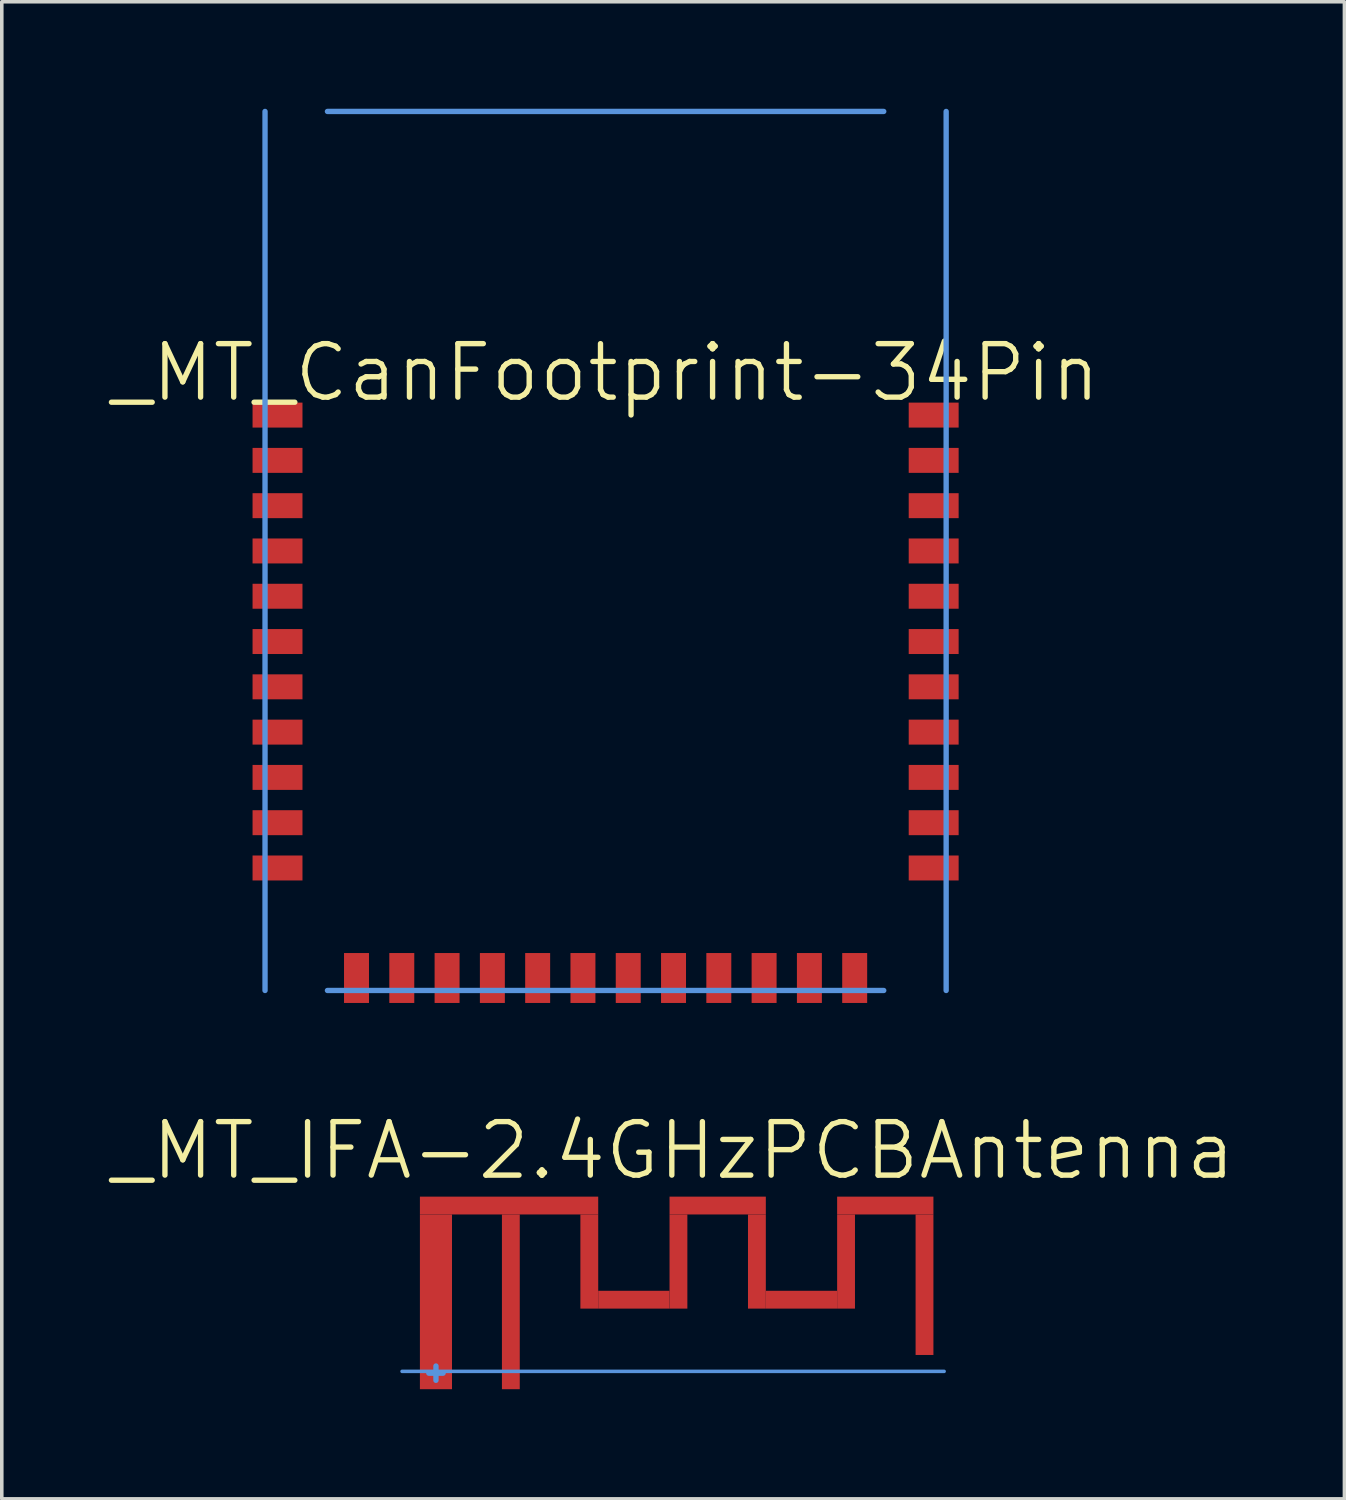
<source format=kicad_pcb>
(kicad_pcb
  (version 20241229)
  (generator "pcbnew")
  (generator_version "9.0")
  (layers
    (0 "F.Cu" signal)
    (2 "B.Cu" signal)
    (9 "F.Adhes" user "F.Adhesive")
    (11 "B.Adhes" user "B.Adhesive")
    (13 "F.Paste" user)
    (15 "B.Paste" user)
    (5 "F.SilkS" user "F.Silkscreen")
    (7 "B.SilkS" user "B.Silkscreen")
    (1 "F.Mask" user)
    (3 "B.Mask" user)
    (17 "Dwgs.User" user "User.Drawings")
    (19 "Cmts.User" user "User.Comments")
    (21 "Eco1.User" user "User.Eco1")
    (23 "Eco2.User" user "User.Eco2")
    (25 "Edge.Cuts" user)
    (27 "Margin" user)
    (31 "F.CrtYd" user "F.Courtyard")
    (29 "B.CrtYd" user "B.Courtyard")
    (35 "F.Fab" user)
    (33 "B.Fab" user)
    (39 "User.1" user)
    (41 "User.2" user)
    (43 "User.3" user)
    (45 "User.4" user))
  (footprint "_MT_CanFootprint-34Pin"
    (layer "F.Cu")
    (at 13.932 12.4)
    (property "Reference" "_MT_CanFootprint-34Pin" (at 0 -5 0) (layer "F.SilkS") (effects (font (size 1.5 1.5) (thickness 0.15))))
    (attr through_hole)
    (fp_line (start -9.55 12.325) (end -9.55 -12.325) (stroke (width 0.15) (type solid)) (layer "Cmts.User"))
    (fp_line (start -7.8 -12.325) (end 7.8 -12.325) (stroke (width 0.15) (type solid)) (layer "Cmts.User"))
    (fp_line (start -7.8 12.325) (end 7.8 12.325) (stroke (width 0.15) (type solid)) (layer "Cmts.User"))
    (fp_line (start 9.55 -12.325) (end 9.55 12.325) (stroke (width 0.15) (type solid)) (layer "Cmts.User"))
    (fp_line (start -9.55 -7.06) (end 9.55 -7.06) (stroke (width 0.15) (type solid)) (layer "Eco1.User"))
    (fp_line (start -9 -7.5) (end -7.5 -12) (stroke (width 0.15) (type solid)) (layer "Eco1.User"))
    (fp_line (start -7.5 -12) (end -6 -7.5) (stroke (width 0.15) (type solid)) (layer "Eco1.User"))
    (fp_line (start -6 -7.5) (end -4.5 -12) (stroke (width 0.15) (type solid)) (layer "Eco1.User"))
    (fp_line (start -4.5 -12) (end -3 -7.5) (stroke (width 0.15) (type solid)) (layer "Eco1.User"))
    (fp_line (start -3 -7.5) (end -1.5 -12) (stroke (width 0.15) (type solid)) (layer "Eco1.User"))
    (fp_line (start -1.5 -12) (end 0 -7.5) (stroke (width 0.15) (type solid)) (layer "Eco1.User"))
    (fp_line (start 0 -7.5) (end 1.5 -12) (stroke (width 0.15) (type solid)) (layer "Eco1.User"))
    (fp_line (start 1.5 -12) (end 3 -7.5) (stroke (width 0.15) (type solid)) (layer "Eco1.User"))
    (fp_line (start 3 -7.5) (end 4.5 -12) (stroke (width 0.15) (type solid)) (layer "Eco1.User"))
    (fp_line (start 4.5 -12) (end 6 -7.5) (stroke (width 0.15) (type solid)) (layer "Eco1.User"))
    (fp_line (start 6 -7.5) (end 7.5 -12) (stroke (width 0.15) (type solid)) (layer "Eco1.User"))
    (fp_line (start 7.5 -12) (end 9 -7.5) (stroke (width 0.15) (type solid)) (layer "Eco1.User"))
    (pad "1" smd rect (at -9.55 -3.81) (size 1.4 0.7) (drill (offset 0.35 0)) (layers "F.Cu" "F.Mask" "F.Paste"))
    (pad "2" smd rect (at -9.55 -2.54) (size 1.4 0.7) (drill (offset 0.35 0)) (layers "F.Cu" "F.Mask" "F.Paste"))
    (pad "3" smd trapezoid (at -9.55 -1.27) (size 1.4 0.7) (drill (offset 0.35 0)) (layers "F.Cu" "F.Mask" "F.Paste"))
    (pad "4" smd trapezoid (at -9.55 0) (size 1.4 0.7) (drill (offset 0.35 0)) (layers "F.Cu" "F.Mask" "F.Paste"))
    (pad "5" smd trapezoid (at -9.55 1.27) (size 1.4 0.7) (drill (offset 0.35 0)) (layers "F.Cu" "F.Mask" "F.Paste"))
    (pad "6" smd trapezoid (at -9.55 2.54) (size 1.4 0.7) (drill (offset 0.35 0)) (layers "F.Cu" "F.Mask" "F.Paste"))
    (pad "7" smd trapezoid (at -9.55 3.81) (size 1.4 0.7) (drill (offset 0.35 0)) (layers "F.Cu" "F.Mask" "F.Paste"))
    (pad "8" smd trapezoid (at -9.55 5.08) (size 1.4 0.7) (drill (offset 0.35 0)) (layers "F.Cu" "F.Mask" "F.Paste"))
    (pad "9" smd trapezoid (at -9.55 6.35) (size 1.4 0.7) (drill (offset 0.35 0)) (layers "F.Cu" "F.Mask" "F.Paste"))
    (pad "10" smd trapezoid (at -9.55 7.62) (size 1.4 0.7) (drill (offset 0.35 0)) (layers "F.Cu" "F.Mask" "F.Paste"))
    (pad "11" smd trapezoid (at -9.55 8.89) (size 1.4 0.7) (drill (offset 0.35 0)) (layers "F.Cu" "F.Mask" "F.Paste"))
    (pad "12" smd rect (at -6.985 12.325) (size 0.7 1.4) (drill (offset 0 -0.35)) (layers "F.Cu" "F.Mask" "F.Paste"))
    (pad "13" smd rect (at -5.715 12.325) (size 0.7 1.4) (drill (offset 0 -0.35)) (layers "F.Cu" "F.Mask" "F.Paste"))
    (pad "14" smd rect (at -4.445 12.325) (size 0.7 1.4) (drill (offset 0 -0.35)) (layers "F.Cu" "F.Mask" "F.Paste"))
    (pad "15" smd rect (at -3.175 12.325) (size 0.7 1.4) (drill (offset 0 -0.35)) (layers "F.Cu" "F.Mask" "F.Paste"))
    (pad "16" smd rect (at -1.905 12.325) (size 0.7 1.4) (drill (offset 0 -0.35)) (layers "F.Cu" "F.Mask" "F.Paste"))
    (pad "17" smd rect (at -0.635 12.325) (size 0.7 1.4) (drill (offset 0 -0.35)) (layers "F.Cu" "F.Mask" "F.Paste"))
    (pad "18" smd rect (at 0.635 12.325) (size 0.7 1.4) (drill (offset 0 -0.35)) (layers "F.Cu" "F.Mask" "F.Paste"))
    (pad "19" smd rect (at 1.905 12.325) (size 0.7 1.4) (drill (offset 0 -0.35)) (layers "F.Cu" "F.Mask" "F.Paste"))
    (pad "20" smd rect (at 3.175 12.325) (size 0.7 1.4) (drill (offset 0 -0.35)) (layers "F.Cu" "F.Mask" "F.Paste"))
    (pad "21" smd rect (at 4.445 12.325) (size 0.7 1.4) (drill (offset 0 -0.35)) (layers "F.Cu" "F.Mask" "F.Paste"))
    (pad "22" smd rect (at 5.715 12.325) (size 0.7 1.4) (drill (offset 0 -0.35)) (layers "F.Cu" "F.Mask" "F.Paste"))
    (pad "23" smd rect (at 6.985 12.325) (size 0.7 1.4) (drill (offset 0 -0.35)) (layers "F.Cu" "F.Mask" "F.Paste"))
    (pad "24" smd rect (at 9.55 8.89) (size 1.4 0.7) (drill (offset -0.35 0)) (layers "F.Cu" "F.Mask" "F.Paste"))
    (pad "25" smd rect (at 9.55 7.62) (size 1.4 0.7) (drill (offset -0.35 0)) (layers "F.Cu" "F.Mask" "F.Paste"))
    (pad "26" smd rect (at 9.55 6.35) (size 1.4 0.7) (drill (offset -0.35 0)) (layers "F.Cu" "F.Mask" "F.Paste"))
    (pad "27" smd rect (at 9.55 5.08) (size 1.4 0.7) (drill (offset -0.35 0)) (layers "F.Cu" "F.Mask" "F.Paste"))
    (pad "28" smd rect (at 9.55 3.81) (size 1.4 0.7) (drill (offset -0.35 0)) (layers "F.Cu" "F.Mask" "F.Paste"))
    (pad "29" smd rect (at 9.55 2.54) (size 1.4 0.7) (drill (offset -0.35 0)) (layers "F.Cu" "F.Mask" "F.Paste"))
    (pad "30" smd rect (at 9.55 1.27) (size 1.4 0.7) (drill (offset -0.35 0)) (layers "F.Cu" "F.Mask" "F.Paste"))
    (pad "31" smd rect (at 9.55 0) (size 1.4 0.7) (drill (offset -0.35 0)) (layers "F.Cu" "F.Mask" "F.Paste"))
    (pad "32" smd rect (at 9.55 -1.27) (size 1.4 0.7) (drill (offset -0.35 0)) (layers "F.Cu" "F.Mask" "F.Paste"))
    (pad "33" smd rect (at 9.55 -2.54) (size 1.4 0.7) (drill (offset -0.35 0)) (layers "F.Cu" "F.Mask" "F.Paste"))
    (pad "34" smd rect (at 9.55 -3.81) (size 1.4 0.7) (drill (offset -0.35 0)) (layers "F.Cu" "F.Mask" "F.Paste")))
  (footprint "_MT_IFA-2.4GHzPCBAntenna"
    (layer "F.Cu")
    (at 15.825 33.056)
    (property "Reference" "_MT_IFA-2.4GHzPCBAntenna" (at 0 -3.84 0) (layer "F.SilkS") (effects (font (size 1.5 1.5) (thickness 0.15))))
    (attr through_hole)
    (fp_line (start -7.6 2.35) (end 7.6 2.35) (stroke (width 0.1) (type solid)) (layer "Cmts.User"))
    (fp_line (start -6.85 2.4) (end -6.45 2.4) (stroke (width 0.15) (type solid)) (layer "Cmts.User"))
    (fp_line (start -6.65 2.6) (end -6.65 2.2) (stroke (width 0.15) (type solid)) (layer "Cmts.User"))
    (fp_line (start -7.6 2.85) (end -7.6 -2.85) (stroke (width 0.15) (type solid)) (layer "Eco1.User"))
    (fp_line (start -7.6 2.85) (end 7.6 2.85) (stroke (width 0.15) (type solid)) (layer "Eco1.User"))
    (fp_line (start 7.6 -2.85) (end -7.6 -2.85) (stroke (width 0.15) (type solid)) (layer "Eco1.User"))
    (fp_line (start 7.6 2.85) (end 7.6 -2.85) (stroke (width 0.15) (type solid)) (layer "Eco1.User"))
    (pad "" smd rect (at -4.6 -2.3) (size 5 0.5) (layers "F.Cu" "F.Mask" "F.Paste"))
    (pad "" smd rect (at -2.35 -0.73) (size 0.5 2.64) (layers "F.Cu" "F.Mask" "F.Paste"))
    (pad "" smd rect (at -1.1 0.34) (size 2 0.5) (layers "F.Cu" "F.Mask" "F.Paste"))
    (pad "" smd rect (at 0.15 -0.73) (size 0.5 2.64) (layers "F.Cu" "F.Mask" "F.Paste"))
    (pad "" smd rect (at 1.25 -2.3) (size 2.7 0.5) (layers "F.Cu" "F.Mask" "F.Paste"))
    (pad "" smd rect (at 2.35 -0.73) (size 0.5 2.64) (layers "F.Cu" "F.Mask" "F.Paste"))
    (pad "" smd rect (at 3.6 0.34) (size 2 0.5) (layers "F.Cu" "F.Mask" "F.Paste"))
    (pad "" smd rect (at 4.85 -0.73) (size 0.5 2.64) (layers "F.Cu" "F.Mask" "F.Paste"))
    (pad "" smd rect (at 5.95 -2.3) (size 2.7 0.5) (layers "F.Cu" "F.Mask" "F.Paste"))
    (pad "" smd rect (at 7.05 -0.08) (size 0.5 3.94) (layers "F.Cu" "F.Mask" "F.Paste"))
    (pad "1" smd rect (at -4.55 0.4) (size 0.5 4.9) (layers "F.Cu" "F.Mask" "F.Paste"))
    (pad "2" smd rect (at -6.65 0.4) (size 0.9 4.9) (layers "F.Cu" "F.Mask" "F.Paste")))
  (gr_rect
    (start -3 -3)
    (end 34.65 38.981)
    (stroke (width 0.1) (type default))
    (fill no)
    (layer "Edge.Cuts")))
</source>
